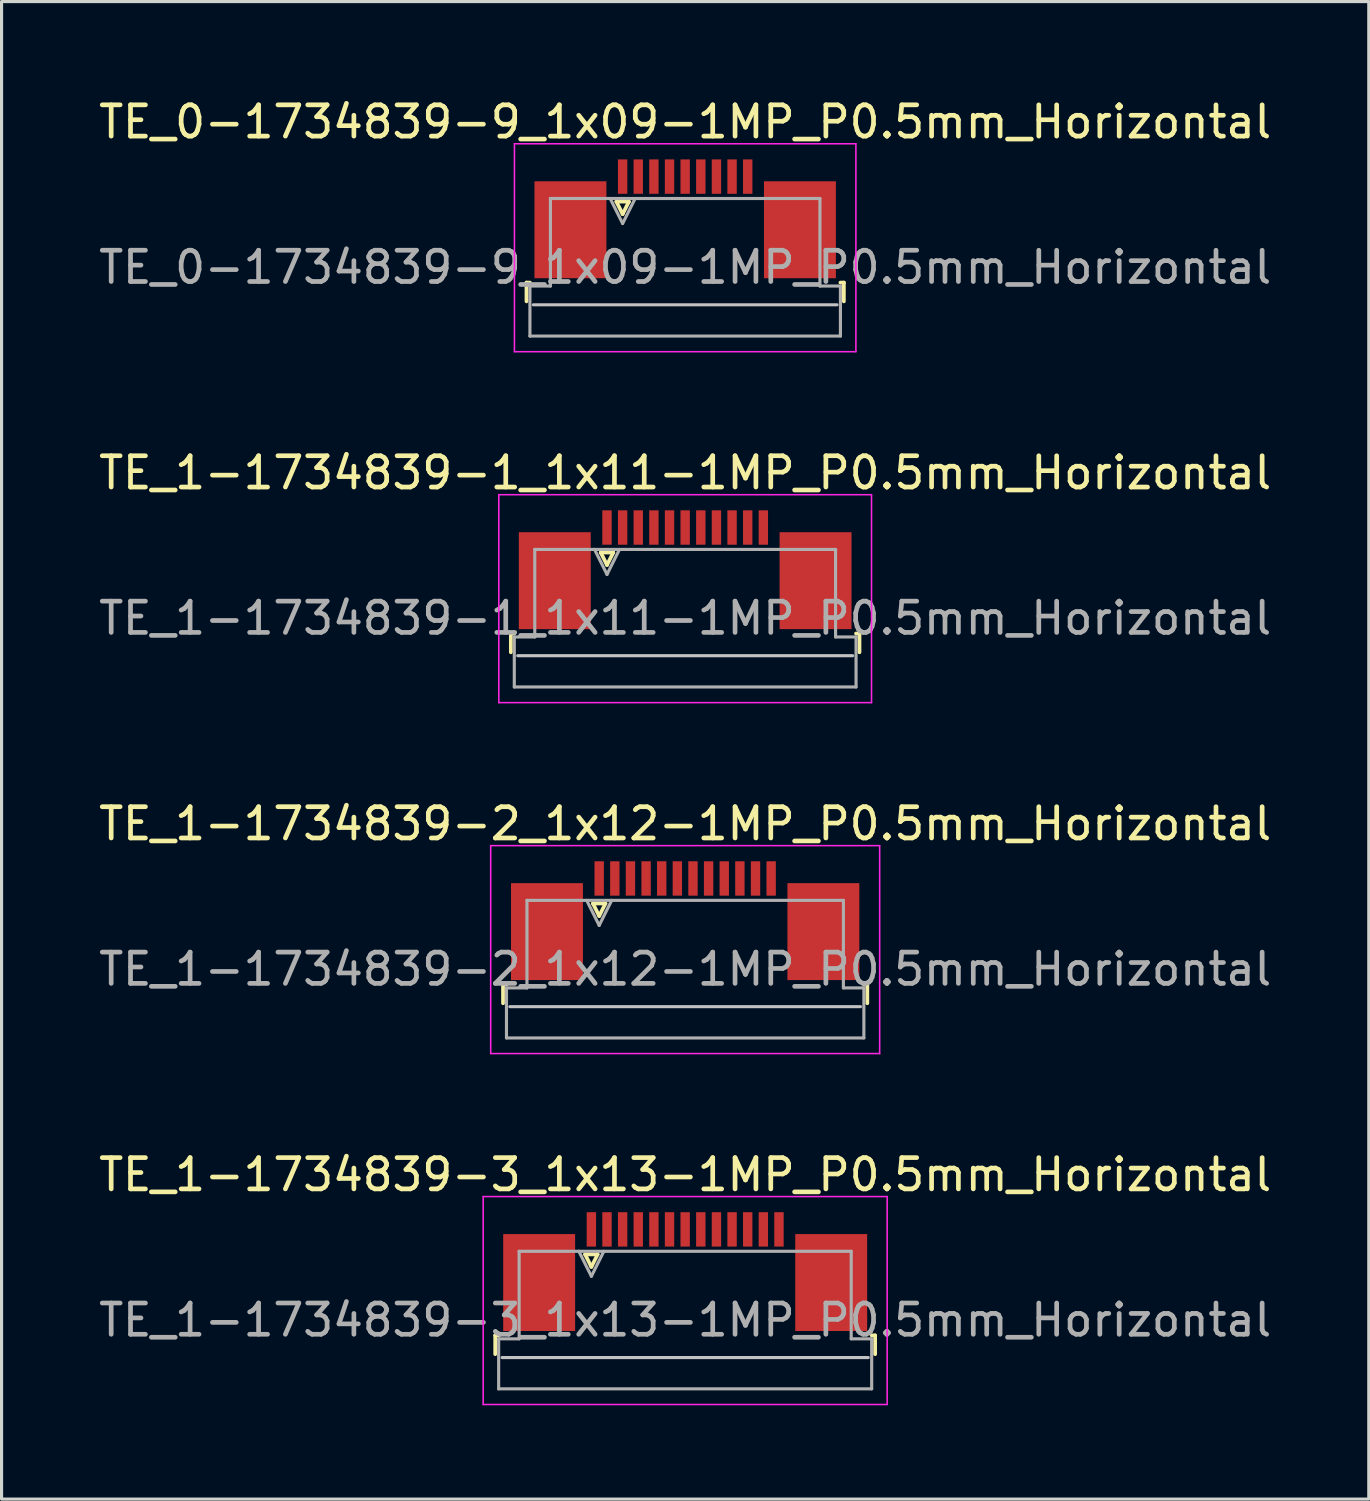
<source format=kicad_pcb>
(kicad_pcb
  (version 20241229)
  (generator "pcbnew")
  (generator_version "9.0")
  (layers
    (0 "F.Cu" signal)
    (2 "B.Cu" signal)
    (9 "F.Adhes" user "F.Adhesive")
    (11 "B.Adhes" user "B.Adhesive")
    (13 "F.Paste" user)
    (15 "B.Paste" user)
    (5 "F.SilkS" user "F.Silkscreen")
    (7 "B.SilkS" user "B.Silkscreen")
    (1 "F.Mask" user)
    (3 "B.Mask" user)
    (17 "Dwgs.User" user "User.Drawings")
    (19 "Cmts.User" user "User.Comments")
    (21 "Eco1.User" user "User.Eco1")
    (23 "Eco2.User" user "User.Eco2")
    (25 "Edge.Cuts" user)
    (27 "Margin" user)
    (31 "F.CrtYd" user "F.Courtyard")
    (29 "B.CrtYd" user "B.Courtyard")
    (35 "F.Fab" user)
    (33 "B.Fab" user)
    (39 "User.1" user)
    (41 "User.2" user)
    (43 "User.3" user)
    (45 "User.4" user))
  (footprint "TE_0-1734839-9_1x09-1MP_P0.5mm_Horizontal"
    (layer "F.Cu")
    (at 18.863 3.948)
    (property "Reference" "TE_0-1734839-9_1x09-1MP_P0.5mm_Horizontal" (at 0 -3.1 0) (layer "F.SilkS") (effects (font (size 1 1) (thickness 0.15))))
    (attr smd)
    (fp_line (start -5.075 2.04) (end -5.075 2.64) (stroke (width 0.12) (type solid)) (layer "F.SilkS"))
    (fp_line (start -4.965 2.04) (end -5.075 2.04) (stroke (width 0.12) (type solid)) (layer "F.SilkS"))
    (fp_line (start -2.2 -0.55) (end -2 -0.15) (stroke (width 0.12) (type solid)) (layer "F.SilkS"))
    (fp_line (start -2 -0.15) (end -1.8 -0.55) (stroke (width 0.12) (type solid)) (layer "F.SilkS"))
    (fp_line (start -1.8 -0.55) (end -2.2 -0.55) (stroke (width 0.12) (type solid)) (layer "F.SilkS"))
    (fp_line (start 4.965 2.04) (end 5.075 2.04) (stroke (width 0.12) (type solid)) (layer "F.SilkS"))
    (fp_line (start 5.075 2.04) (end 5.075 2.64) (stroke (width 0.12) (type solid)) (layer "F.SilkS"))
    (fp_line (start 4.855 2.75) (end -4.855 2.75) (stroke (width 0.1) (type solid)) (layer "Dwgs.User"))
    (fp_line (start -5.46 -2.4) (end -5.46 4.25) (stroke (width 0.05) (type solid)) (layer "F.CrtYd"))
    (fp_line (start -5.46 4.25) (end 5.46 4.25) (stroke (width 0.05) (type solid)) (layer "F.CrtYd"))
    (fp_line (start 5.46 -2.4) (end -5.46 -2.4) (stroke (width 0.05) (type solid)) (layer "F.CrtYd"))
    (fp_line (start 5.46 4.25) (end 5.46 -2.4) (stroke (width 0.05) (type solid)) (layer "F.CrtYd"))
    (fp_line (start -4.965 2.15) (end -4.31 2.15) (stroke (width 0.1) (type solid)) (layer "F.Fab"))
    (fp_line (start -4.965 3.75) (end -4.965 2.15) (stroke (width 0.1) (type solid)) (layer "F.Fab"))
    (fp_line (start -4.31 -0.65) (end 4.31 -0.65) (stroke (width 0.1) (type solid)) (layer "F.Fab"))
    (fp_line (start -4.31 2.15) (end -4.31 -0.65) (stroke (width 0.1) (type solid)) (layer "F.Fab"))
    (fp_line (start -2.4 -0.65) (end -2 0.15) (stroke (width 0.1) (type solid)) (layer "F.Fab"))
    (fp_line (start -2 0.15) (end -1.6 -0.65) (stroke (width 0.1) (type solid)) (layer "F.Fab"))
    (fp_line (start 4.31 -0.65) (end 4.31 2.15) (stroke (width 0.1) (type solid)) (layer "F.Fab"))
    (fp_line (start 4.31 2.15) (end 4.965 2.15) (stroke (width 0.1) (type solid)) (layer "F.Fab"))
    (fp_line (start 4.965 2.15) (end 4.965 3.75) (stroke (width 0.1) (type solid)) (layer "F.Fab"))
    (fp_line (start 4.965 3.75) (end -4.965 3.75) (stroke (width 0.1) (type solid)) (layer "F.Fab"))
    (fp_text user "${REFERENCE}" (at 0 1.55 0) (layer "F.Fab") (effects (font (size 1 1) (thickness 0.15))))
    (pad "1" smd rect (at -2 -1.35) (size 0.3 1.1) (layers "F.Cu" "F.Mask" "F.Paste"))
    (pad "2" smd rect (at -1.5 -1.35) (size 0.3 1.1) (layers "F.Cu" "F.Mask" "F.Paste"))
    (pad "3" smd rect (at -1 -1.35) (size 0.3 1.1) (layers "F.Cu" "F.Mask" "F.Paste"))
    (pad "4" smd rect (at -0.5 -1.35) (size 0.3 1.1) (layers "F.Cu" "F.Mask" "F.Paste"))
    (pad "5" smd rect (at 0 -1.35) (size 0.3 1.1) (layers "F.Cu" "F.Mask" "F.Paste"))
    (pad "6" smd rect (at 0.5 -1.35) (size 0.3 1.1) (layers "F.Cu" "F.Mask" "F.Paste"))
    (pad "7" smd rect (at 1 -1.35) (size 0.3 1.1) (layers "F.Cu" "F.Mask" "F.Paste"))
    (pad "8" smd rect (at 1.5 -1.35) (size 0.3 1.1) (layers "F.Cu" "F.Mask" "F.Paste"))
    (pad "9" smd rect (at 2 -1.35) (size 0.3 1.1) (layers "F.Cu" "F.Mask" "F.Paste"))
    (pad "MP" smd rect (at -3.67 0.35) (size 2.3 3.1) (layers "F.Cu" "F.Mask" "F.Paste"))
    (pad "MP" smd rect (at 3.67 0.35) (size 2.3 3.1) (layers "F.Cu" "F.Mask" "F.Paste")))
  (footprint "TE_1-1734839-3_1x13-1MP_P0.5mm_Horizontal"
    (layer "F.Cu")
    (at 18.863 37.618)
    (property "Reference" "TE_1-1734839-3_1x13-1MP_P0.5mm_Horizontal" (at 0 -3.1 0) (layer "F.SilkS") (effects (font (size 1 1) (thickness 0.15))))
    (attr smd)
    (fp_line (start -6.075 2.04) (end -6.075 2.64) (stroke (width 0.12) (type solid)) (layer "F.SilkS"))
    (fp_line (start -5.965 2.04) (end -6.075 2.04) (stroke (width 0.12) (type solid)) (layer "F.SilkS"))
    (fp_line (start -3.2 -0.55) (end -3 -0.15) (stroke (width 0.12) (type solid)) (layer "F.SilkS"))
    (fp_line (start -3 -0.15) (end -2.8 -0.55) (stroke (width 0.12) (type solid)) (layer "F.SilkS"))
    (fp_line (start -2.8 -0.55) (end -3.2 -0.55) (stroke (width 0.12) (type solid)) (layer "F.SilkS"))
    (fp_line (start 5.965 2.04) (end 6.075 2.04) (stroke (width 0.12) (type solid)) (layer "F.SilkS"))
    (fp_line (start 6.075 2.04) (end 6.075 2.64) (stroke (width 0.12) (type solid)) (layer "F.SilkS"))
    (fp_line (start 5.855 2.75) (end -5.855 2.75) (stroke (width 0.1) (type solid)) (layer "Dwgs.User"))
    (fp_line (start -6.46 -2.4) (end -6.46 4.25) (stroke (width 0.05) (type solid)) (layer "F.CrtYd"))
    (fp_line (start -6.46 4.25) (end 6.46 4.25) (stroke (width 0.05) (type solid)) (layer "F.CrtYd"))
    (fp_line (start 6.46 -2.4) (end -6.46 -2.4) (stroke (width 0.05) (type solid)) (layer "F.CrtYd"))
    (fp_line (start 6.46 4.25) (end 6.46 -2.4) (stroke (width 0.05) (type solid)) (layer "F.CrtYd"))
    (fp_line (start -5.965 2.15) (end -5.31 2.15) (stroke (width 0.1) (type solid)) (layer "F.Fab"))
    (fp_line (start -5.965 3.75) (end -5.965 2.15) (stroke (width 0.1) (type solid)) (layer "F.Fab"))
    (fp_line (start -5.31 -0.65) (end 5.31 -0.65) (stroke (width 0.1) (type solid)) (layer "F.Fab"))
    (fp_line (start -5.31 2.15) (end -5.31 -0.65) (stroke (width 0.1) (type solid)) (layer "F.Fab"))
    (fp_line (start -3.4 -0.65) (end -3 0.15) (stroke (width 0.1) (type solid)) (layer "F.Fab"))
    (fp_line (start -3 0.15) (end -2.6 -0.65) (stroke (width 0.1) (type solid)) (layer "F.Fab"))
    (fp_line (start 5.31 -0.65) (end 5.31 2.15) (stroke (width 0.1) (type solid)) (layer "F.Fab"))
    (fp_line (start 5.31 2.15) (end 5.965 2.15) (stroke (width 0.1) (type solid)) (layer "F.Fab"))
    (fp_line (start 5.965 2.15) (end 5.965 3.75) (stroke (width 0.1) (type solid)) (layer "F.Fab"))
    (fp_line (start 5.965 3.75) (end -5.965 3.75) (stroke (width 0.1) (type solid)) (layer "F.Fab"))
    (fp_text user "${REFERENCE}" (at 0 1.55 0) (layer "F.Fab") (effects (font (size 1 1) (thickness 0.15))))
    (pad "1" smd rect (at -3 -1.35) (size 0.3 1.1) (layers "F.Cu" "F.Mask" "F.Paste"))
    (pad "2" smd rect (at -2.5 -1.35) (size 0.3 1.1) (layers "F.Cu" "F.Mask" "F.Paste"))
    (pad "3" smd rect (at -2 -1.35) (size 0.3 1.1) (layers "F.Cu" "F.Mask" "F.Paste"))
    (pad "4" smd rect (at -1.5 -1.35) (size 0.3 1.1) (layers "F.Cu" "F.Mask" "F.Paste"))
    (pad "5" smd rect (at -1 -1.35) (size 0.3 1.1) (layers "F.Cu" "F.Mask" "F.Paste"))
    (pad "6" smd rect (at -0.5 -1.35) (size 0.3 1.1) (layers "F.Cu" "F.Mask" "F.Paste"))
    (pad "7" smd rect (at 0 -1.35) (size 0.3 1.1) (layers "F.Cu" "F.Mask" "F.Paste"))
    (pad "8" smd rect (at 0.5 -1.35) (size 0.3 1.1) (layers "F.Cu" "F.Mask" "F.Paste"))
    (pad "9" smd rect (at 1 -1.35) (size 0.3 1.1) (layers "F.Cu" "F.Mask" "F.Paste"))
    (pad "10" smd rect (at 1.5 -1.35) (size 0.3 1.1) (layers "F.Cu" "F.Mask" "F.Paste"))
    (pad "11" smd rect (at 2 -1.35) (size 0.3 1.1) (layers "F.Cu" "F.Mask" "F.Paste"))
    (pad "12" smd rect (at 2.5 -1.35) (size 0.3 1.1) (layers "F.Cu" "F.Mask" "F.Paste"))
    (pad "13" smd rect (at 3 -1.35) (size 0.3 1.1) (layers "F.Cu" "F.Mask" "F.Paste"))
    (pad "MP" smd rect (at -4.67 0.35) (size 2.3 3.1) (layers "F.Cu" "F.Mask" "F.Paste"))
    (pad "MP" smd rect (at 4.67 0.35) (size 2.3 3.1) (layers "F.Cu" "F.Mask" "F.Paste")))
  (footprint "TE_1-1734839-2_1x12-1MP_P0.5mm_Horizontal"
    (layer "F.Cu")
    (at 18.863 26.395)
    (property "Reference" "TE_1-1734839-2_1x12-1MP_P0.5mm_Horizontal" (at 0 -3.1 0) (layer "F.SilkS") (effects (font (size 1 1) (thickness 0.15))))
    (attr smd)
    (fp_line (start -5.825 2.04) (end -5.825 2.64) (stroke (width 0.12) (type solid)) (layer "F.SilkS"))
    (fp_line (start -5.715 2.04) (end -5.825 2.04) (stroke (width 0.12) (type solid)) (layer "F.SilkS"))
    (fp_line (start -2.95 -0.55) (end -2.75 -0.15) (stroke (width 0.12) (type solid)) (layer "F.SilkS"))
    (fp_line (start -2.75 -0.15) (end -2.55 -0.55) (stroke (width 0.12) (type solid)) (layer "F.SilkS"))
    (fp_line (start -2.55 -0.55) (end -2.95 -0.55) (stroke (width 0.12) (type solid)) (layer "F.SilkS"))
    (fp_line (start 5.715 2.04) (end 5.825 2.04) (stroke (width 0.12) (type solid)) (layer "F.SilkS"))
    (fp_line (start 5.825 2.04) (end 5.825 2.64) (stroke (width 0.12) (type solid)) (layer "F.SilkS"))
    (fp_line (start 5.605 2.75) (end -5.605 2.75) (stroke (width 0.1) (type solid)) (layer "Dwgs.User"))
    (fp_line (start -6.22 -2.4) (end -6.22 4.25) (stroke (width 0.05) (type solid)) (layer "F.CrtYd"))
    (fp_line (start -6.22 4.25) (end 6.22 4.25) (stroke (width 0.05) (type solid)) (layer "F.CrtYd"))
    (fp_line (start 6.22 -2.4) (end -6.22 -2.4) (stroke (width 0.05) (type solid)) (layer "F.CrtYd"))
    (fp_line (start 6.22 4.25) (end 6.22 -2.4) (stroke (width 0.05) (type solid)) (layer "F.CrtYd"))
    (fp_line (start -5.715 2.15) (end -5.06 2.15) (stroke (width 0.1) (type solid)) (layer "F.Fab"))
    (fp_line (start -5.715 3.75) (end -5.715 2.15) (stroke (width 0.1) (type solid)) (layer "F.Fab"))
    (fp_line (start -5.06 -0.65) (end 5.06 -0.65) (stroke (width 0.1) (type solid)) (layer "F.Fab"))
    (fp_line (start -5.06 2.15) (end -5.06 -0.65) (stroke (width 0.1) (type solid)) (layer "F.Fab"))
    (fp_line (start -3.15 -0.65) (end -2.75 0.15) (stroke (width 0.1) (type solid)) (layer "F.Fab"))
    (fp_line (start -2.75 0.15) (end -2.35 -0.65) (stroke (width 0.1) (type solid)) (layer "F.Fab"))
    (fp_line (start 5.06 -0.65) (end 5.06 2.15) (stroke (width 0.1) (type solid)) (layer "F.Fab"))
    (fp_line (start 5.06 2.15) (end 5.715 2.15) (stroke (width 0.1) (type solid)) (layer "F.Fab"))
    (fp_line (start 5.715 2.15) (end 5.715 3.75) (stroke (width 0.1) (type solid)) (layer "F.Fab"))
    (fp_line (start 5.715 3.75) (end -5.715 3.75) (stroke (width 0.1) (type solid)) (layer "F.Fab"))
    (fp_text user "${REFERENCE}" (at 0 1.55 0) (layer "F.Fab") (effects (font (size 1 1) (thickness 0.15))))
    (pad "1" smd rect (at -2.75 -1.35) (size 0.3 1.1) (layers "F.Cu" "F.Mask" "F.Paste"))
    (pad "2" smd rect (at -2.25 -1.35) (size 0.3 1.1) (layers "F.Cu" "F.Mask" "F.Paste"))
    (pad "3" smd rect (at -1.75 -1.35) (size 0.3 1.1) (layers "F.Cu" "F.Mask" "F.Paste"))
    (pad "4" smd rect (at -1.25 -1.35) (size 0.3 1.1) (layers "F.Cu" "F.Mask" "F.Paste"))
    (pad "5" smd rect (at -0.75 -1.35) (size 0.3 1.1) (layers "F.Cu" "F.Mask" "F.Paste"))
    (pad "6" smd rect (at -0.25 -1.35) (size 0.3 1.1) (layers "F.Cu" "F.Mask" "F.Paste"))
    (pad "7" smd rect (at 0.25 -1.35) (size 0.3 1.1) (layers "F.Cu" "F.Mask" "F.Paste"))
    (pad "8" smd rect (at 0.75 -1.35) (size 0.3 1.1) (layers "F.Cu" "F.Mask" "F.Paste"))
    (pad "9" smd rect (at 1.25 -1.35) (size 0.3 1.1) (layers "F.Cu" "F.Mask" "F.Paste"))
    (pad "10" smd rect (at 1.75 -1.35) (size 0.3 1.1) (layers "F.Cu" "F.Mask" "F.Paste"))
    (pad "11" smd rect (at 2.25 -1.35) (size 0.3 1.1) (layers "F.Cu" "F.Mask" "F.Paste"))
    (pad "12" smd rect (at 2.75 -1.35) (size 0.3 1.1) (layers "F.Cu" "F.Mask" "F.Paste"))
    (pad "MP" smd rect (at -4.42 0.35) (size 2.3 3.1) (layers "F.Cu" "F.Mask" "F.Paste"))
    (pad "MP" smd rect (at 4.42 0.35) (size 2.3 3.1) (layers "F.Cu" "F.Mask" "F.Paste")))
  (footprint "TE_1-1734839-1_1x11-1MP_P0.5mm_Horizontal"
    (layer "F.Cu")
    (at 18.863 15.171)
    (property "Reference" "TE_1-1734839-1_1x11-1MP_P0.5mm_Horizontal" (at 0 -3.1 0) (layer "F.SilkS") (effects (font (size 1 1) (thickness 0.15))))
    (attr smd)
    (fp_line (start -5.575 2.04) (end -5.575 2.64) (stroke (width 0.12) (type solid)) (layer "F.SilkS"))
    (fp_line (start -5.465 2.04) (end -5.575 2.04) (stroke (width 0.12) (type solid)) (layer "F.SilkS"))
    (fp_line (start -2.7 -0.55) (end -2.5 -0.15) (stroke (width 0.12) (type solid)) (layer "F.SilkS"))
    (fp_line (start -2.5 -0.15) (end -2.3 -0.55) (stroke (width 0.12) (type solid)) (layer "F.SilkS"))
    (fp_line (start -2.3 -0.55) (end -2.7 -0.55) (stroke (width 0.12) (type solid)) (layer "F.SilkS"))
    (fp_line (start 5.465 2.04) (end 5.575 2.04) (stroke (width 0.12) (type solid)) (layer "F.SilkS"))
    (fp_line (start 5.575 2.04) (end 5.575 2.64) (stroke (width 0.12) (type solid)) (layer "F.SilkS"))
    (fp_line (start 5.355 2.75) (end -5.355 2.75) (stroke (width 0.1) (type solid)) (layer "Dwgs.User"))
    (fp_line (start -5.96 -2.4) (end -5.96 4.25) (stroke (width 0.05) (type solid)) (layer "F.CrtYd"))
    (fp_line (start -5.96 4.25) (end 5.96 4.25) (stroke (width 0.05) (type solid)) (layer "F.CrtYd"))
    (fp_line (start 5.96 -2.4) (end -5.96 -2.4) (stroke (width 0.05) (type solid)) (layer "F.CrtYd"))
    (fp_line (start 5.96 4.25) (end 5.96 -2.4) (stroke (width 0.05) (type solid)) (layer "F.CrtYd"))
    (fp_line (start -5.465 2.15) (end -4.81 2.15) (stroke (width 0.1) (type solid)) (layer "F.Fab"))
    (fp_line (start -5.465 3.75) (end -5.465 2.15) (stroke (width 0.1) (type solid)) (layer "F.Fab"))
    (fp_line (start -4.81 -0.65) (end 4.81 -0.65) (stroke (width 0.1) (type solid)) (layer "F.Fab"))
    (fp_line (start -4.81 2.15) (end -4.81 -0.65) (stroke (width 0.1) (type solid)) (layer "F.Fab"))
    (fp_line (start -2.9 -0.65) (end -2.5 0.15) (stroke (width 0.1) (type solid)) (layer "F.Fab"))
    (fp_line (start -2.5 0.15) (end -2.1 -0.65) (stroke (width 0.1) (type solid)) (layer "F.Fab"))
    (fp_line (start 4.81 -0.65) (end 4.81 2.15) (stroke (width 0.1) (type solid)) (layer "F.Fab"))
    (fp_line (start 4.81 2.15) (end 5.465 2.15) (stroke (width 0.1) (type solid)) (layer "F.Fab"))
    (fp_line (start 5.465 2.15) (end 5.465 3.75) (stroke (width 0.1) (type solid)) (layer "F.Fab"))
    (fp_line (start 5.465 3.75) (end -5.465 3.75) (stroke (width 0.1) (type solid)) (layer "F.Fab"))
    (fp_text user "${REFERENCE}" (at 0 1.55 0) (layer "F.Fab") (effects (font (size 1 1) (thickness 0.15))))
    (pad "1" smd rect (at -2.5 -1.35) (size 0.3 1.1) (layers "F.Cu" "F.Mask" "F.Paste"))
    (pad "2" smd rect (at -2 -1.35) (size 0.3 1.1) (layers "F.Cu" "F.Mask" "F.Paste"))
    (pad "3" smd rect (at -1.5 -1.35) (size 0.3 1.1) (layers "F.Cu" "F.Mask" "F.Paste"))
    (pad "4" smd rect (at -1 -1.35) (size 0.3 1.1) (layers "F.Cu" "F.Mask" "F.Paste"))
    (pad "5" smd rect (at -0.5 -1.35) (size 0.3 1.1) (layers "F.Cu" "F.Mask" "F.Paste"))
    (pad "6" smd rect (at 0 -1.35) (size 0.3 1.1) (layers "F.Cu" "F.Mask" "F.Paste"))
    (pad "7" smd rect (at 0.5 -1.35) (size 0.3 1.1) (layers "F.Cu" "F.Mask" "F.Paste"))
    (pad "8" smd rect (at 1 -1.35) (size 0.3 1.1) (layers "F.Cu" "F.Mask" "F.Paste"))
    (pad "9" smd rect (at 1.5 -1.35) (size 0.3 1.1) (layers "F.Cu" "F.Mask" "F.Paste"))
    (pad "10" smd rect (at 2 -1.35) (size 0.3 1.1) (layers "F.Cu" "F.Mask" "F.Paste"))
    (pad "11" smd rect (at 2.5 -1.35) (size 0.3 1.1) (layers "F.Cu" "F.Mask" "F.Paste"))
    (pad "MP" smd rect (at -4.17 0.35) (size 2.3 3.1) (layers "F.Cu" "F.Mask" "F.Paste"))
    (pad "MP" smd rect (at 4.17 0.35) (size 2.3 3.1) (layers "F.Cu" "F.Mask" "F.Paste")))
  (gr_rect
    (start -3 -3)
    (end 40.726 44.893)
    (stroke (width 0.1) (type default))
    (fill no)
    (layer "Edge.Cuts")))
</source>
